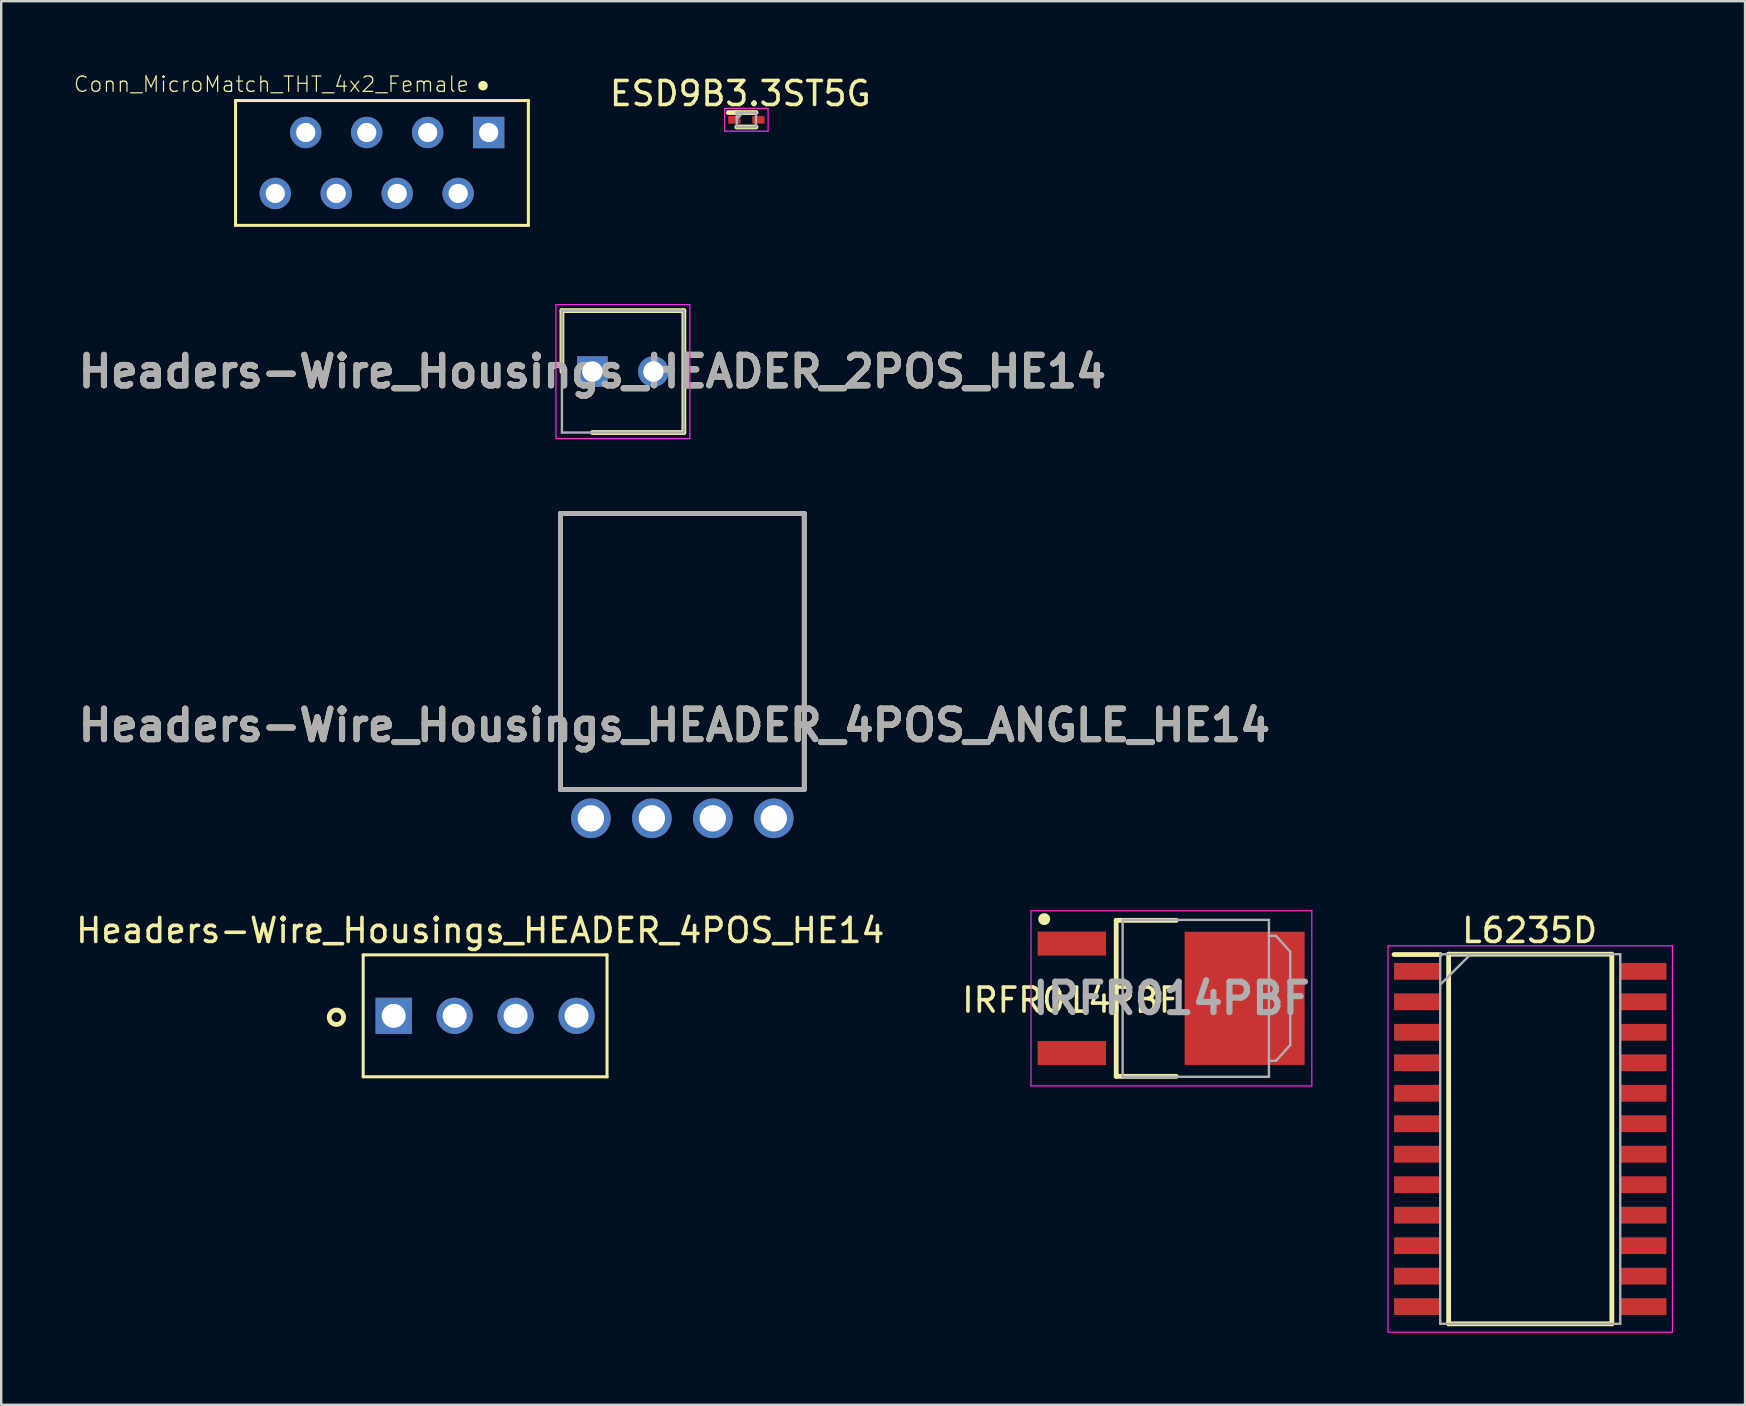
<source format=kicad_pcb>
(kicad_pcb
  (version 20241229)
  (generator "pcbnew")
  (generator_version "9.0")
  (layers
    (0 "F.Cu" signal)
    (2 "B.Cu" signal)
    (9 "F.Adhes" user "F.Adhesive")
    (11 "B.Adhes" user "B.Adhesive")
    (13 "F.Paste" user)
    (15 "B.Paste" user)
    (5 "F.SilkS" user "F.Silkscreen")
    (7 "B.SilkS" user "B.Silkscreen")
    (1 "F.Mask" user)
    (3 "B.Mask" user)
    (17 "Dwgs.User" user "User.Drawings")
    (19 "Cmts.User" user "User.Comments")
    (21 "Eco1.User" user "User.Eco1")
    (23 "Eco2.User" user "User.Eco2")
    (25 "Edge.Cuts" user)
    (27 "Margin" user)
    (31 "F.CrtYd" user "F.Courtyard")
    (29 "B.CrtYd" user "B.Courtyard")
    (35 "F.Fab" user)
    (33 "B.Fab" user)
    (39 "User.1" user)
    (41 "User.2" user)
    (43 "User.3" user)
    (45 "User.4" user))
  (footprint "Headers-Wire_Housings_HEADER_4POS_ANGLE_HE14"
    (layer "F.Cu")
    (at 25.379 29.845)
    (property "Reference" "Headers-Wire_Housings_HEADER_4POS_ANGLE_HE14" (at -0.33 -2.674 0) (layer "F.SilkS") (effects (font (size 1.27 1.27) (thickness 0.254))))
    (attr through_hole)
    (fp_line (start -5.08 -11.5) (end 5.08 -11.5) (stroke (width 0.2) (type solid)) (layer "F.SilkS"))
    (fp_line (start -5.08 0) (end -5.08 -11.5) (stroke (width 0.2) (type solid)) (layer "F.SilkS"))
    (fp_line (start 5.08 -11.5) (end 5.08 0) (stroke (width 0.2) (type solid)) (layer "F.SilkS"))
    (fp_line (start 5.08 0) (end -5.08 0) (stroke (width 0.2) (type solid)) (layer "F.SilkS"))
    (fp_line (start -5.08 -11.5) (end 5.08 -11.5) (stroke (width 0.2) (type solid)) (layer "F.Fab"))
    (fp_line (start -5.08 0) (end -5.08 -11.5) (stroke (width 0.2) (type solid)) (layer "F.Fab"))
    (fp_line (start 5.08 -11.5) (end 5.08 0) (stroke (width 0.2) (type solid)) (layer "F.Fab"))
    (fp_line (start 5.08 0) (end -5.08 0) (stroke (width 0.2) (type solid)) (layer "F.Fab"))
    (fp_text user "${REFERENCE}" (at -0.33 -2.674 0) (layer "F.Fab") (effects (font (size 1.27 1.27) (thickness 0.254))))
    (pad "1" thru_hole circle (at -3.81 1.2) (size 1.65 1.65) (drill 1.1) (layers "*.Cu" "*.Mask"))
    (pad "2" thru_hole circle (at -1.27 1.2) (size 1.65 1.65) (drill 1.1) (layers "*.Cu" "*.Mask"))
    (pad "3" thru_hole circle (at 1.27 1.2) (size 1.65 1.65) (drill 1.1) (layers "*.Cu" "*.Mask"))
    (pad "4" thru_hole circle (at 3.81 1.2) (size 1.65 1.65) (drill 1.1) (layers "*.Cu" "*.Mask")))
  (footprint "Conn_MicroMatch_THT_4x2_Female"
    (layer "F.Cu")
    (at 12.864 3.74)
    (property "Reference" "Conn_MicroMatch_THT_4x2_Female" (at -4.606 -3.278 0) (layer "F.SilkS") (effects (font (size 0.64 0.64) (thickness 0.05))))
    (attr through_hole)
    (fp_line (start -6.1 -2.6) (end -6.1 2.6) (stroke (width 0.127) (type solid)) (layer "F.SilkS"))
    (fp_line (start -6.1 2.6) (end 6.1 2.6) (stroke (width 0.127) (type solid)) (layer "F.SilkS"))
    (fp_line (start 6.1 -2.6) (end -6.1 -2.6) (stroke (width 0.127) (type solid)) (layer "F.SilkS"))
    (fp_line (start 6.1 2.6) (end 6.1 -2.6) (stroke (width 0.127) (type solid)) (layer "F.SilkS"))
    (fp_circle (center 4.21 -3.22) (end 4.31 -3.22) (stroke (width 0.2) (type solid)) (fill no) (layer "F.SilkS"))
    (fp_line (start -6.35 -2.85) (end 6.35 -2.85) (stroke (width 0.05) (type solid)) (layer "Eco1.User"))
    (fp_line (start -6.35 2.85) (end -6.35 -2.85) (stroke (width 0.05) (type solid)) (layer "Eco1.User"))
    (fp_line (start 6.35 -2.85) (end 6.35 2.85) (stroke (width 0.05) (type solid)) (layer "Eco1.User"))
    (fp_line (start 6.35 2.85) (end -6.35 2.85) (stroke (width 0.05) (type solid)) (layer "Eco1.User"))
    (fp_line (start -6.1 -2.6) (end -6.1 2.6) (stroke (width 0.127) (type solid)) (layer "Eco2.User"))
    (fp_line (start -6.1 2.6) (end 6.1 2.6) (stroke (width 0.127) (type solid)) (layer "Eco2.User"))
    (fp_line (start 6.1 -2.6) (end -6.1 -2.6) (stroke (width 0.127) (type solid)) (layer "Eco2.User"))
    (fp_line (start 6.1 2.6) (end 6.1 -2.6) (stroke (width 0.127) (type solid)) (layer "Eco2.User"))
    (pad "1" thru_hole rect (at 4.445 -1.27) (size 1.308 1.308) (drill 0.8) (layers "*.Cu" "*.Mask"))
    (pad "2" thru_hole circle (at 3.175 1.27) (size 1.308 1.308) (drill 0.8) (layers "*.Cu" "*.Mask"))
    (pad "3" thru_hole circle (at 1.905 -1.27) (size 1.308 1.308) (drill 0.8) (layers "*.Cu" "*.Mask"))
    (pad "4" thru_hole circle (at 0.635 1.27) (size 1.308 1.308) (drill 0.8) (layers "*.Cu" "*.Mask"))
    (pad "5" thru_hole circle (at -0.635 -1.27) (size 1.308 1.308) (drill 0.8) (layers "*.Cu" "*.Mask"))
    (pad "6" thru_hole circle (at -1.905 1.27) (size 1.308 1.308) (drill 0.8) (layers "*.Cu" "*.Mask"))
    (pad "7" thru_hole circle (at -3.175 -1.27) (size 1.308 1.308) (drill 0.8) (layers "*.Cu" "*.Mask"))
    (pad "8" thru_hole circle (at -4.445 1.27) (size 1.308 1.308) (drill 0.8) (layers "*.Cu" "*.Mask")))
  (footprint "IRFR014PBF"
    (layer "F.Cu")
    (at 45.756 38.545)
    (property "Reference" "IRFR014PBF" (at -4.191 0.076 0) (layer "F.SilkS") (effects (font (size 1 1) (thickness 0.15))))
    (attr smd)
    (fp_line (start -2.3 -3.25) (end 0.2 -3.25) (stroke (width 0.2) (type solid)) (layer "F.SilkS"))
    (fp_line (start -2.3 3.25) (end -2.3 -3.25) (stroke (width 0.2) (type solid)) (layer "F.SilkS"))
    (fp_line (start 0.2 3.25) (end -2.3 3.25) (stroke (width 0.2) (type solid)) (layer "F.SilkS"))
    (fp_circle (center -5.3 -3.3) (end -5.3 -3.175) (stroke (width 0.25) (type solid)) (fill no) (layer "F.SilkS"))
    (fp_line (start -5.85 -3.65) (end -5.85 3.65) (stroke (width 0.05) (type solid)) (layer "F.CrtYd"))
    (fp_line (start -5.85 3.65) (end 5.85 3.65) (stroke (width 0.05) (type solid)) (layer "F.CrtYd"))
    (fp_line (start 5.85 -3.65) (end -5.85 -3.65) (stroke (width 0.05) (type solid)) (layer "F.CrtYd"))
    (fp_line (start 5.85 3.65) (end 5.85 -3.65) (stroke (width 0.05) (type solid)) (layer "F.CrtYd"))
    (fp_line (start -2.032 -3.27) (end -2.032 3.27) (stroke (width 0.1) (type solid)) (layer "F.Fab"))
    (fp_line (start -2.032 3.27) (end 4.062 3.27) (stroke (width 0.1) (type solid)) (layer "F.Fab"))
    (fp_line (start 4.062 -3.27) (end -2.032 -3.27) (stroke (width 0.1) (type solid)) (layer "F.Fab"))
    (fp_line (start 4.062 2.602) (end 4.356 2.602) (stroke (width 0.1) (type solid)) (layer "F.Fab"))
    (fp_line (start 4.062 3.27) (end 4.062 -3.27) (stroke (width 0.1) (type solid)) (layer "F.Fab"))
    (fp_line (start 4.356 -2.602) (end 4.062 -2.602) (stroke (width 0.1) (type solid)) (layer "F.Fab"))
    (fp_line (start 4.356 2.602) (end 4.952 1.942) (stroke (width 0.1) (type solid)) (layer "F.Fab"))
    (fp_line (start 4.952 -1.942) (end 4.356 -2.602) (stroke (width 0.1) (type solid)) (layer "F.Fab"))
    (fp_line (start 4.952 1.942) (end 4.952 -1.942) (stroke (width 0.1) (type solid)) (layer "F.Fab"))
    (fp_text user "${REFERENCE}" (at 0 0 0) (layer "F.Fab") (effects (font (size 1.27 1.27) (thickness 0.254))))
    (pad "1" smd rect (at -4.15 -2.28 90) (size 1 2.85) (layers "F.Cu" "F.Mask" "F.Paste"))
    (pad "2" smd rect (at -4.15 2.28 90) (size 1 2.85) (layers "F.Cu" "F.Mask" "F.Paste"))
    (pad "3" smd rect (at 3.05 0) (size 5 5.55) (layers "F.Cu" "F.Mask" "F.Paste")))
  (footprint "Headers-Wire_Housings_HEADER_2POS_HE14"
    (layer "F.Cu")
    (at 21.632 12.43)
    (property "Reference" "Headers-Wire_Housings_HEADER_2POS_HE14" (at 0 0 0) (layer "F.SilkS") (effects (font (size 1.27 1.27) (thickness 0.254))))
    (attr through_hole)
    (fp_line (start -1.27 -2.54) (end -1.27 0) (stroke (width 0.2) (type solid)) (layer "F.SilkS"))
    (fp_line (start 0 2.54) (end 3.81 2.54) (stroke (width 0.2) (type solid)) (layer "F.SilkS"))
    (fp_line (start 3.81 -2.54) (end -1.27 -2.54) (stroke (width 0.2) (type solid)) (layer "F.SilkS"))
    (fp_line (start 3.81 2.54) (end 3.81 -2.54) (stroke (width 0.2) (type solid)) (layer "F.SilkS"))
    (fp_line (start -1.52 -2.79) (end 4.06 -2.79) (stroke (width 0.05) (type solid)) (layer "F.CrtYd"))
    (fp_line (start -1.52 2.79) (end -1.52 -2.79) (stroke (width 0.05) (type solid)) (layer "F.CrtYd"))
    (fp_line (start 4.06 -2.79) (end 4.06 2.79) (stroke (width 0.05) (type solid)) (layer "F.CrtYd"))
    (fp_line (start 4.06 2.79) (end -1.52 2.79) (stroke (width 0.05) (type solid)) (layer "F.CrtYd"))
    (fp_line (start -1.27 -2.54) (end 3.81 -2.54) (stroke (width 0.1) (type solid)) (layer "F.Fab"))
    (fp_line (start -1.27 2.54) (end -1.27 -2.54) (stroke (width 0.1) (type solid)) (layer "F.Fab"))
    (fp_line (start 3.81 -2.54) (end 3.81 2.54) (stroke (width 0.1) (type solid)) (layer "F.Fab"))
    (fp_line (start 3.81 2.54) (end -1.27 2.54) (stroke (width 0.1) (type solid)) (layer "F.Fab"))
    (fp_text user "${REFERENCE}" (at 0 0 0) (layer "F.Fab") (effects (font (size 1.27 1.27) (thickness 0.254))))
    (pad "1" thru_hole rect (at 0 0) (size 1.275 1.275) (drill 0.85) (layers "*.Cu" "*.Mask"))
    (pad "2" thru_hole circle (at 2.54 0) (size 1.275 1.275) (drill 0.85) (layers "*.Cu" "*.Mask")))
  (footprint "Headers-Wire_Housings_HEADER_4POS_HE14"
    (layer "F.Cu")
    (at 13.352 39.274)
    (property "Reference" "Headers-Wire_Housings_HEADER_4POS_HE14" (at 3.607 -3.556 0) (layer "F.SilkS") (effects (font (size 1 1) (thickness 0.15))))
    (attr through_hole)
    (fp_line (start -1.27 -2.54) (end 8.89 -2.54) (stroke (width 0.127) (type solid)) (layer "F.SilkS"))
    (fp_line (start -1.27 2.54) (end -1.27 -2.54) (stroke (width 0.127) (type solid)) (layer "F.SilkS"))
    (fp_line (start 8.89 -2.54) (end 8.89 2.54) (stroke (width 0.127) (type solid)) (layer "F.SilkS"))
    (fp_line (start 8.89 2.54) (end -1.27 2.54) (stroke (width 0.127) (type solid)) (layer "F.SilkS"))
    (fp_circle (center -2.385 0.059) (end -2.085 0.059) (stroke (width 0.2) (type solid)) (fill no) (layer "F.SilkS"))
    (fp_line (start -1.52 -2.79) (end 9.14 -2.79) (stroke (width 0.05) (type solid)) (layer "Eco1.User"))
    (fp_line (start -1.52 2.79) (end -1.52 -2.79) (stroke (width 0.05) (type solid)) (layer "Eco1.User"))
    (fp_line (start 9.14 -2.79) (end 9.14 2.79) (stroke (width 0.05) (type solid)) (layer "Eco1.User"))
    (fp_line (start 9.14 2.79) (end -1.52 2.79) (stroke (width 0.05) (type solid)) (layer "Eco1.User"))
    (fp_line (start -1.27 -2.54) (end 8.89 -2.54) (stroke (width 0.127) (type solid)) (layer "Eco2.User"))
    (fp_line (start -1.27 2.54) (end -1.27 -2.54) (stroke (width 0.127) (type solid)) (layer "Eco2.User"))
    (fp_line (start 8.89 -2.54) (end 8.89 2.54) (stroke (width 0.127) (type solid)) (layer "Eco2.User"))
    (fp_line (start 8.89 2.54) (end -1.27 2.54) (stroke (width 0.127) (type solid)) (layer "Eco2.User"))
    (fp_circle (center 0 0) (end 0.3 0) (stroke (width 0.2) (type solid)) (fill no) (layer "Eco2.User"))
    (pad "1" thru_hole rect (at 0 0) (size 1.508 1.508) (drill 1) (layers "*.Cu" "*.Mask"))
    (pad "2" thru_hole circle (at 2.54 0) (size 1.508 1.508) (drill 1) (layers "*.Cu" "*.Mask"))
    (pad "3" thru_hole circle (at 5.08 0) (size 1.508 1.508) (drill 1) (layers "*.Cu" "*.Mask"))
    (pad "4" thru_hole circle (at 7.62 0) (size 1.508 1.508) (drill 1) (layers "*.Cu" "*.Mask")))
  (footprint "ESD9B3.3ST5G"
    (layer "F.Cu")
    (at 28.047 1.94)
    (property "Reference" "ESD9B3.3ST5G" (at -0.254 -1.092 0) (layer "F.SilkS") (effects (font (size 1 1) (thickness 0.15))))
    (attr smd)
    (fp_line (start -0.755 -0.3) (end 0.4 -0.3) (stroke (width 0.2) (type solid)) (layer "F.SilkS"))
    (fp_line (start -0.4 0.3) (end 0.4 0.3) (stroke (width 0.2) (type solid)) (layer "F.SilkS"))
    (fp_line (start -0.905 -0.475) (end 0.905 -0.475) (stroke (width 0.05) (type solid)) (layer "F.CrtYd"))
    (fp_line (start -0.905 0.475) (end -0.905 -0.475) (stroke (width 0.05) (type solid)) (layer "F.CrtYd"))
    (fp_line (start 0.905 -0.475) (end 0.905 0.475) (stroke (width 0.05) (type solid)) (layer "F.CrtYd"))
    (fp_line (start 0.905 0.475) (end -0.905 0.475) (stroke (width 0.05) (type solid)) (layer "F.CrtYd"))
    (fp_line (start -0.4 -0.3) (end 0.4 -0.3) (stroke (width 0.1) (type solid)) (layer "F.Fab"))
    (fp_line (start -0.4 -0.045) (end -0.145 -0.3) (stroke (width 0.1) (type solid)) (layer "F.Fab"))
    (fp_line (start -0.4 0.3) (end -0.4 -0.3) (stroke (width 0.1) (type solid)) (layer "F.Fab"))
    (fp_line (start 0.4 -0.3) (end 0.4 0.3) (stroke (width 0.1) (type solid)) (layer "F.Fab"))
    (fp_line (start 0.4 0.3) (end -0.4 0.3) (stroke (width 0.1) (type solid)) (layer "F.Fab"))
    (pad "1" smd rect (at -0.5 0 90) (size 0.32 0.51) (layers "F.Cu" "F.Mask" "F.Paste"))
    (pad "2" smd rect (at 0.5 0 90) (size 0.32 0.51) (layers "F.Cu" "F.Mask" "F.Paste")))
  (footprint "L6235D"
    (layer "F.Cu")
    (at 60.706 44.405)
    (property "Reference" "L6235D" (at -0.025 -8.687 0) (layer "F.SilkS") (effects (font (size 1 1) (thickness 0.15))))
    (attr smd)
    (fp_line (start -5.675 -7.685) (end -3.75 -7.685) (stroke (width 0.2) (type solid)) (layer "F.SilkS"))
    (fp_line (start -3.4 -7.7) (end 3.4 -7.7) (stroke (width 0.2) (type solid)) (layer "F.SilkS"))
    (fp_line (start -3.4 7.7) (end -3.4 -7.7) (stroke (width 0.2) (type solid)) (layer "F.SilkS"))
    (fp_line (start 3.4 -7.7) (end 3.4 7.7) (stroke (width 0.2) (type solid)) (layer "F.SilkS"))
    (fp_line (start 3.4 7.7) (end -3.4 7.7) (stroke (width 0.2) (type solid)) (layer "F.SilkS"))
    (fp_line (start -5.925 -8.05) (end 5.925 -8.05) (stroke (width 0.05) (type solid)) (layer "F.CrtYd"))
    (fp_line (start -5.925 8.05) (end -5.925 -8.05) (stroke (width 0.05) (type solid)) (layer "F.CrtYd"))
    (fp_line (start 5.925 -8.05) (end 5.925 8.05) (stroke (width 0.05) (type solid)) (layer "F.CrtYd"))
    (fp_line (start 5.925 8.05) (end -5.925 8.05) (stroke (width 0.05) (type solid)) (layer "F.CrtYd"))
    (fp_line (start -3.75 -7.7) (end 3.75 -7.7) (stroke (width 0.1) (type solid)) (layer "F.Fab"))
    (fp_line (start -3.75 -6.43) (end -2.48 -7.7) (stroke (width 0.1) (type solid)) (layer "F.Fab"))
    (fp_line (start -3.75 7.7) (end -3.75 -7.7) (stroke (width 0.1) (type solid)) (layer "F.Fab"))
    (fp_line (start 3.75 -7.7) (end 3.75 7.7) (stroke (width 0.1) (type solid)) (layer "F.Fab"))
    (fp_line (start 3.75 7.7) (end -3.75 7.7) (stroke (width 0.1) (type solid)) (layer "F.Fab"))
    (pad "1" smd rect (at -4.712 -6.985 90) (size 0.7 1.925) (layers "F.Cu" "F.Mask" "F.Paste"))
    (pad "2" smd rect (at -4.712 -5.715 90) (size 0.7 1.925) (layers "F.Cu" "F.Mask" "F.Paste"))
    (pad "3" smd rect (at -4.712 -4.445 90) (size 0.7 1.925) (layers "F.Cu" "F.Mask" "F.Paste"))
    (pad "4" smd rect (at -4.712 -3.175 90) (size 0.7 1.925) (layers "F.Cu" "F.Mask" "F.Paste"))
    (pad "5" smd rect (at -4.712 -1.905 90) (size 0.7 1.925) (layers "F.Cu" "F.Mask" "F.Paste"))
    (pad "6" smd rect (at -4.712 -0.635 90) (size 0.7 1.925) (layers "F.Cu" "F.Mask" "F.Paste"))
    (pad "7" smd rect (at -4.712 0.635 90) (size 0.7 1.925) (layers "F.Cu" "F.Mask" "F.Paste"))
    (pad "8" smd rect (at -4.712 1.905 90) (size 0.7 1.925) (layers "F.Cu" "F.Mask" "F.Paste"))
    (pad "9" smd rect (at -4.712 3.175 90) (size 0.7 1.925) (layers "F.Cu" "F.Mask" "F.Paste"))
    (pad "10" smd rect (at -4.712 4.445 90) (size 0.7 1.925) (layers "F.Cu" "F.Mask" "F.Paste"))
    (pad "11" smd rect (at -4.712 5.715 90) (size 0.7 1.925) (layers "F.Cu" "F.Mask" "F.Paste"))
    (pad "12" smd rect (at -4.712 6.985 90) (size 0.7 1.925) (layers "F.Cu" "F.Mask" "F.Paste"))
    (pad "13" smd rect (at 4.712 6.985 90) (size 0.7 1.925) (layers "F.Cu" "F.Mask" "F.Paste"))
    (pad "14" smd rect (at 4.712 5.715 90) (size 0.7 1.925) (layers "F.Cu" "F.Mask" "F.Paste"))
    (pad "15" smd rect (at 4.712 4.445 90) (size 0.7 1.925) (layers "F.Cu" "F.Mask" "F.Paste"))
    (pad "16" smd rect (at 4.712 3.175 90) (size 0.7 1.925) (layers "F.Cu" "F.Mask" "F.Paste"))
    (pad "17" smd rect (at 4.712 1.905 90) (size 0.7 1.925) (layers "F.Cu" "F.Mask" "F.Paste"))
    (pad "18" smd rect (at 4.712 0.635 90) (size 0.7 1.925) (layers "F.Cu" "F.Mask" "F.Paste"))
    (pad "19" smd rect (at 4.712 -0.635 90) (size 0.7 1.925) (layers "F.Cu" "F.Mask" "F.Paste"))
    (pad "20" smd rect (at 4.712 -1.905 90) (size 0.7 1.925) (layers "F.Cu" "F.Mask" "F.Paste"))
    (pad "21" smd rect (at 4.712 -3.175 90) (size 0.7 1.925) (layers "F.Cu" "F.Mask" "F.Paste"))
    (pad "22" smd rect (at 4.712 -4.445 90) (size 0.7 1.925) (layers "F.Cu" "F.Mask" "F.Paste"))
    (pad "23" smd rect (at 4.712 -5.715 90) (size 0.7 1.925) (layers "F.Cu" "F.Mask" "F.Paste"))
    (pad "24" smd rect (at 4.712 -6.985 90) (size 0.7 1.925) (layers "F.Cu" "F.Mask" "F.Paste")))
  (gr_rect
    (start -3 -3)
    (end 69.656 55.48)
    (stroke (width 0.1) (type default))
    (fill no)
    (layer "Edge.Cuts")))
</source>
